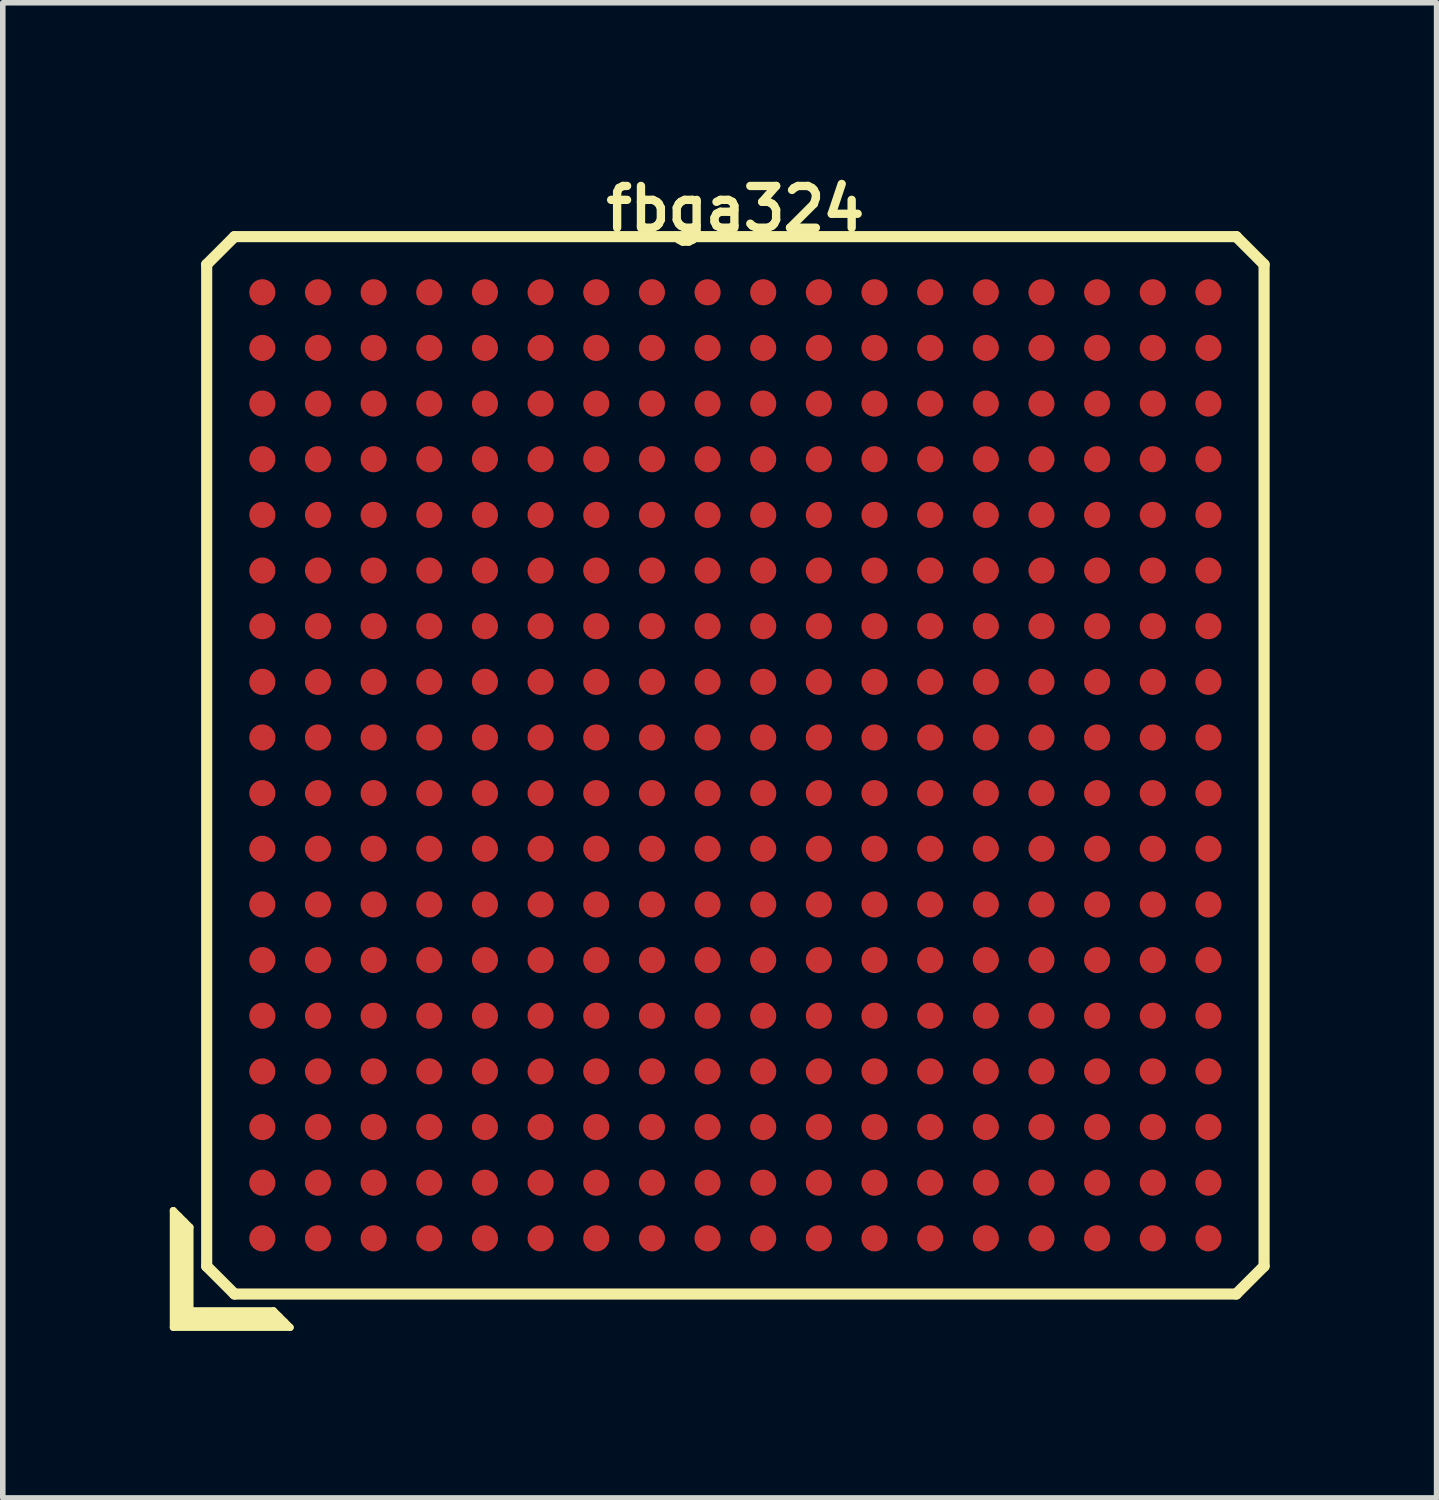
<source format=kicad_pcb>
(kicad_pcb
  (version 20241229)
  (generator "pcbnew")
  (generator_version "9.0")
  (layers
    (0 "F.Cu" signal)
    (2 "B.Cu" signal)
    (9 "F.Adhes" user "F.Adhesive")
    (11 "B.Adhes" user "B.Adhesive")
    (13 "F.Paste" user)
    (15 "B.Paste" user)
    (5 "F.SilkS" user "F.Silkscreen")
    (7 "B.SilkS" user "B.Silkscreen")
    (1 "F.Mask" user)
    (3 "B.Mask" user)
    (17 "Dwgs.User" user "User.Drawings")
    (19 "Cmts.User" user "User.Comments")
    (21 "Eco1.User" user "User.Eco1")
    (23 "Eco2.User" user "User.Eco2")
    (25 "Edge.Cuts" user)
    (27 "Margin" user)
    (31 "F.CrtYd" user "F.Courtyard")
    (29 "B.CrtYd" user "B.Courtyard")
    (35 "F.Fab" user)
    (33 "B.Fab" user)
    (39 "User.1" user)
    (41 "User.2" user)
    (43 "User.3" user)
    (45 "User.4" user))
  (footprint "fbga324"
    (layer "F.Cu")
    (at 10.164 10.702)
    (property "Reference" "fbga324" (at 0 -10 0) (layer "F.SilkS") (effects (font (size 0.75 0.75) (thickness 0.15))))
    (attr smd)
    (fp_line (start -10.1 8) (end -9.8 8.3) (stroke (width 0.127) (type solid)) (layer "F.SilkS"))
    (fp_line (start -10.1 10.1) (end -10.1 8) (stroke (width 0.127) (type solid)) (layer "F.SilkS"))
    (fp_line (start -10 8.1) (end -10 10) (stroke (width 0.127) (type solid)) (layer "F.SilkS"))
    (fp_line (start -10 10) (end -8.1 10) (stroke (width 0.127) (type solid)) (layer "F.SilkS"))
    (fp_line (start -9.9 9.9) (end -9.9 8.2) (stroke (width 0.127) (type solid)) (layer "F.SilkS"))
    (fp_line (start -9.8 8.3) (end -9.8 9.8) (stroke (width 0.127) (type solid)) (layer "F.SilkS"))
    (fp_line (start -9.8 9.8) (end -8.3 9.8) (stroke (width 0.127) (type solid)) (layer "F.SilkS"))
    (fp_line (start -9.5 -9) (end -9.5 9) (stroke (width 0.2) (type solid)) (layer "F.SilkS"))
    (fp_line (start -9.5 -9) (end -9 -9.5) (stroke (width 0.2) (type solid)) (layer "F.SilkS"))
    (fp_line (start -9 9.5) (end -9.5 9) (stroke (width 0.2) (type solid)) (layer "F.SilkS"))
    (fp_line (start -9 9.5) (end 9 9.5) (stroke (width 0.2) (type solid)) (layer "F.SilkS"))
    (fp_line (start -8.3 9.8) (end -8 10.1) (stroke (width 0.127) (type solid)) (layer "F.SilkS"))
    (fp_line (start -8.2 9.9) (end -9.9 9.9) (stroke (width 0.127) (type solid)) (layer "F.SilkS"))
    (fp_line (start -8 10.1) (end -10.1 10.1) (stroke (width 0.127) (type solid)) (layer "F.SilkS"))
    (fp_line (start 9 -9.5) (end -9 -9.5) (stroke (width 0.2) (type solid)) (layer "F.SilkS"))
    (fp_line (start 9 -9.5) (end 9.5 -9) (stroke (width 0.2) (type solid)) (layer "F.SilkS"))
    (fp_line (start 9.5 9) (end 9 9.5) (stroke (width 0.2) (type solid)) (layer "F.SilkS"))
    (fp_line (start 9.5 9) (end 9.5 -9) (stroke (width 0.2) (type solid)) (layer "F.SilkS"))
    (pad "A1" smd circle (at -8.5 8.5) (size 0.47 0.47) (layers "F.Cu" "F.Mask" "F.Paste"))
    (pad "A2" smd circle (at -7.5 8.5) (size 0.47 0.47) (layers "F.Cu" "F.Mask" "F.Paste"))
    (pad "A3" smd circle (at -6.5 8.5) (size 0.47 0.47) (layers "F.Cu" "F.Mask" "F.Paste"))
    (pad "A4" smd circle (at -5.5 8.5) (size 0.47 0.47) (layers "F.Cu" "F.Mask" "F.Paste"))
    (pad "A5" smd circle (at -4.5 8.5) (size 0.47 0.47) (layers "F.Cu" "F.Mask" "F.Paste"))
    (pad "A6" smd circle (at -3.5 8.5) (size 0.47 0.47) (layers "F.Cu" "F.Mask" "F.Paste"))
    (pad "A7" smd circle (at -2.5 8.5) (size 0.47 0.47) (layers "F.Cu" "F.Mask" "F.Paste"))
    (pad "A8" smd circle (at -1.5 8.5) (size 0.47 0.47) (layers "F.Cu" "F.Mask" "F.Paste"))
    (pad "A9" smd circle (at -0.5 8.5) (size 0.47 0.47) (layers "F.Cu" "F.Mask" "F.Paste"))
    (pad "A10" smd circle (at 0.5 8.5) (size 0.47 0.47) (layers "F.Cu" "F.Mask" "F.Paste"))
    (pad "A11" smd circle (at 1.5 8.5) (size 0.47 0.47) (layers "F.Cu" "F.Mask" "F.Paste"))
    (pad "A12" smd circle (at 2.5 8.5) (size 0.47 0.47) (layers "F.Cu" "F.Mask" "F.Paste"))
    (pad "A13" smd circle (at 3.5 8.5) (size 0.47 0.47) (layers "F.Cu" "F.Mask" "F.Paste"))
    (pad "A14" smd circle (at 4.5 8.5) (size 0.47 0.47) (layers "F.Cu" "F.Mask" "F.Paste"))
    (pad "A15" smd circle (at 5.5 8.5) (size 0.47 0.47) (layers "F.Cu" "F.Mask" "F.Paste"))
    (pad "A16" smd circle (at 6.5 8.5) (size 0.47 0.47) (layers "F.Cu" "F.Mask" "F.Paste"))
    (pad "A17" smd circle (at 7.5 8.5) (size 0.47 0.47) (layers "F.Cu" "F.Mask" "F.Paste"))
    (pad "A18" smd circle (at 8.5 8.5) (size 0.47 0.47) (layers "F.Cu" "F.Mask" "F.Paste"))
    (pad "B1" smd circle (at -8.5 7.5) (size 0.47 0.47) (layers "F.Cu" "F.Mask" "F.Paste"))
    (pad "B2" smd circle (at -7.5 7.5) (size 0.47 0.47) (layers "F.Cu" "F.Mask" "F.Paste"))
    (pad "B3" smd circle (at -6.5 7.5) (size 0.47 0.47) (layers "F.Cu" "F.Mask" "F.Paste"))
    (pad "B4" smd circle (at -5.5 7.5) (size 0.47 0.47) (layers "F.Cu" "F.Mask" "F.Paste"))
    (pad "B5" smd circle (at -4.5 7.5) (size 0.47 0.47) (layers "F.Cu" "F.Mask" "F.Paste"))
    (pad "B6" smd circle (at -3.5 7.5) (size 0.47 0.47) (layers "F.Cu" "F.Mask" "F.Paste"))
    (pad "B7" smd circle (at -2.5 7.5) (size 0.47 0.47) (layers "F.Cu" "F.Mask" "F.Paste"))
    (pad "B8" smd circle (at -1.5 7.5) (size 0.47 0.47) (layers "F.Cu" "F.Mask" "F.Paste"))
    (pad "B9" smd circle (at -0.5 7.5) (size 0.47 0.47) (layers "F.Cu" "F.Mask" "F.Paste"))
    (pad "B10" smd circle (at 0.5 7.5) (size 0.47 0.47) (layers "F.Cu" "F.Mask" "F.Paste"))
    (pad "B11" smd circle (at 1.5 7.5) (size 0.47 0.47) (layers "F.Cu" "F.Mask" "F.Paste"))
    (pad "B12" smd circle (at 2.5 7.5) (size 0.47 0.47) (layers "F.Cu" "F.Mask" "F.Paste"))
    (pad "B13" smd circle (at 3.5 7.5) (size 0.47 0.47) (layers "F.Cu" "F.Mask" "F.Paste"))
    (pad "B14" smd circle (at 4.5 7.5) (size 0.47 0.47) (layers "F.Cu" "F.Mask" "F.Paste"))
    (pad "B15" smd circle (at 5.5 7.5) (size 0.47 0.47) (layers "F.Cu" "F.Mask" "F.Paste"))
    (pad "B16" smd circle (at 6.5 7.5) (size 0.47 0.47) (layers "F.Cu" "F.Mask" "F.Paste"))
    (pad "B17" smd circle (at 7.5 7.5) (size 0.47 0.47) (layers "F.Cu" "F.Mask" "F.Paste"))
    (pad "B18" smd circle (at 8.5 7.5) (size 0.47 0.47) (layers "F.Cu" "F.Mask" "F.Paste"))
    (pad "C1" smd circle (at -8.5 6.5) (size 0.47 0.47) (layers "F.Cu" "F.Mask" "F.Paste"))
    (pad "C2" smd circle (at -7.5 6.5) (size 0.47 0.47) (layers "F.Cu" "F.Mask" "F.Paste"))
    (pad "C3" smd circle (at -6.5 6.5) (size 0.47 0.47) (layers "F.Cu" "F.Mask" "F.Paste"))
    (pad "C4" smd circle (at -5.5 6.5) (size 0.47 0.47) (layers "F.Cu" "F.Mask" "F.Paste"))
    (pad "C5" smd circle (at -4.5 6.5) (size 0.47 0.47) (layers "F.Cu" "F.Mask" "F.Paste"))
    (pad "C6" smd circle (at -3.5 6.5) (size 0.47 0.47) (layers "F.Cu" "F.Mask" "F.Paste"))
    (pad "C7" smd circle (at -2.5 6.5) (size 0.47 0.47) (layers "F.Cu" "F.Mask" "F.Paste"))
    (pad "C8" smd circle (at -1.5 6.5) (size 0.47 0.47) (layers "F.Cu" "F.Mask" "F.Paste"))
    (pad "C9" smd circle (at -0.5 6.5) (size 0.47 0.47) (layers "F.Cu" "F.Mask" "F.Paste"))
    (pad "C10" smd circle (at 0.5 6.5) (size 0.47 0.47) (layers "F.Cu" "F.Mask" "F.Paste"))
    (pad "C11" smd circle (at 1.5 6.5) (size 0.47 0.47) (layers "F.Cu" "F.Mask" "F.Paste"))
    (pad "C12" smd circle (at 2.5 6.5) (size 0.47 0.47) (layers "F.Cu" "F.Mask" "F.Paste"))
    (pad "C13" smd circle (at 3.5 6.5) (size 0.47 0.47) (layers "F.Cu" "F.Mask" "F.Paste"))
    (pad "C14" smd circle (at 4.5 6.5) (size 0.47 0.47) (layers "F.Cu" "F.Mask" "F.Paste"))
    (pad "C15" smd circle (at 5.5 6.5) (size 0.47 0.47) (layers "F.Cu" "F.Mask" "F.Paste"))
    (pad "C16" smd circle (at 6.5 6.5) (size 0.47 0.47) (layers "F.Cu" "F.Mask" "F.Paste"))
    (pad "C17" smd circle (at 7.5 6.5) (size 0.47 0.47) (layers "F.Cu" "F.Mask" "F.Paste"))
    (pad "C18" smd circle (at 8.5 6.5) (size 0.47 0.47) (layers "F.Cu" "F.Mask" "F.Paste"))
    (pad "D1" smd circle (at -8.5 5.5) (size 0.47 0.47) (layers "F.Cu" "F.Mask" "F.Paste"))
    (pad "D2" smd circle (at -7.5 5.5) (size 0.47 0.47) (layers "F.Cu" "F.Mask" "F.Paste"))
    (pad "D3" smd circle (at -6.5 5.5) (size 0.47 0.47) (layers "F.Cu" "F.Mask" "F.Paste"))
    (pad "D4" smd circle (at -5.5 5.5) (size 0.47 0.47) (layers "F.Cu" "F.Mask" "F.Paste"))
    (pad "D5" smd circle (at -4.5 5.5) (size 0.47 0.47) (layers "F.Cu" "F.Mask" "F.Paste"))
    (pad "D6" smd circle (at -3.5 5.5) (size 0.47 0.47) (layers "F.Cu" "F.Mask" "F.Paste"))
    (pad "D7" smd circle (at -2.5 5.5) (size 0.47 0.47) (layers "F.Cu" "F.Mask" "F.Paste"))
    (pad "D8" smd circle (at -1.5 5.5) (size 0.47 0.47) (layers "F.Cu" "F.Mask" "F.Paste"))
    (pad "D9" smd circle (at -0.5 5.5) (size 0.47 0.47) (layers "F.Cu" "F.Mask" "F.Paste"))
    (pad "D10" smd circle (at 0.5 5.5) (size 0.47 0.47) (layers "F.Cu" "F.Mask" "F.Paste"))
    (pad "D11" smd circle (at 1.5 5.5) (size 0.47 0.47) (layers "F.Cu" "F.Mask" "F.Paste"))
    (pad "D12" smd circle (at 2.5 5.5) (size 0.47 0.47) (layers "F.Cu" "F.Mask" "F.Paste"))
    (pad "D13" smd circle (at 3.5 5.5) (size 0.47 0.47) (layers "F.Cu" "F.Mask" "F.Paste"))
    (pad "D14" smd circle (at 4.5 5.5) (size 0.47 0.47) (layers "F.Cu" "F.Mask" "F.Paste"))
    (pad "D15" smd circle (at 5.5 5.5) (size 0.47 0.47) (layers "F.Cu" "F.Mask" "F.Paste"))
    (pad "D16" smd circle (at 6.5 5.5) (size 0.47 0.47) (layers "F.Cu" "F.Mask" "F.Paste"))
    (pad "D17" smd circle (at 7.5 5.5) (size 0.47 0.47) (layers "F.Cu" "F.Mask" "F.Paste"))
    (pad "D18" smd circle (at 8.5 5.5) (size 0.47 0.47) (layers "F.Cu" "F.Mask" "F.Paste"))
    (pad "E1" smd circle (at -8.5 4.5) (size 0.47 0.47) (layers "F.Cu" "F.Mask" "F.Paste"))
    (pad "E2" smd circle (at -7.5 4.5) (size 0.47 0.47) (layers "F.Cu" "F.Mask" "F.Paste"))
    (pad "E3" smd circle (at -6.5 4.5) (size 0.47 0.47) (layers "F.Cu" "F.Mask" "F.Paste"))
    (pad "E4" smd circle (at -5.5 4.5) (size 0.47 0.47) (layers "F.Cu" "F.Mask" "F.Paste"))
    (pad "E5" smd circle (at -4.5 4.5) (size 0.47 0.47) (layers "F.Cu" "F.Mask" "F.Paste"))
    (pad "E6" smd circle (at -3.5 4.5) (size 0.47 0.47) (layers "F.Cu" "F.Mask" "F.Paste"))
    (pad "E7" smd circle (at -2.5 4.5) (size 0.47 0.47) (layers "F.Cu" "F.Mask" "F.Paste"))
    (pad "E8" smd circle (at -1.5 4.5) (size 0.47 0.47) (layers "F.Cu" "F.Mask" "F.Paste"))
    (pad "E9" smd circle (at -0.5 4.5) (size 0.47 0.47) (layers "F.Cu" "F.Mask" "F.Paste"))
    (pad "E10" smd circle (at 0.5 4.5) (size 0.47 0.47) (layers "F.Cu" "F.Mask" "F.Paste"))
    (pad "E11" smd circle (at 1.5 4.5) (size 0.47 0.47) (layers "F.Cu" "F.Mask" "F.Paste"))
    (pad "E12" smd circle (at 2.5 4.5) (size 0.47 0.47) (layers "F.Cu" "F.Mask" "F.Paste"))
    (pad "E13" smd circle (at 3.5 4.5) (size 0.47 0.47) (layers "F.Cu" "F.Mask" "F.Paste"))
    (pad "E14" smd circle (at 4.5 4.5) (size 0.47 0.47) (layers "F.Cu" "F.Mask" "F.Paste"))
    (pad "E15" smd circle (at 5.5 4.5) (size 0.47 0.47) (layers "F.Cu" "F.Mask" "F.Paste"))
    (pad "E16" smd circle (at 6.5 4.5) (size 0.47 0.47) (layers "F.Cu" "F.Mask" "F.Paste"))
    (pad "E17" smd circle (at 7.5 4.5) (size 0.47 0.47) (layers "F.Cu" "F.Mask" "F.Paste"))
    (pad "E18" smd circle (at 8.5 4.5) (size 0.47 0.47) (layers "F.Cu" "F.Mask" "F.Paste"))
    (pad "F1" smd circle (at -8.5 3.5) (size 0.47 0.47) (layers "F.Cu" "F.Mask" "F.Paste"))
    (pad "F2" smd circle (at -7.5 3.5) (size 0.47 0.47) (layers "F.Cu" "F.Mask" "F.Paste"))
    (pad "F3" smd circle (at -6.5 3.5) (size 0.47 0.47) (layers "F.Cu" "F.Mask" "F.Paste"))
    (pad "F4" smd circle (at -5.5 3.5) (size 0.47 0.47) (layers "F.Cu" "F.Mask" "F.Paste"))
    (pad "F5" smd circle (at -4.5 3.5) (size 0.47 0.47) (layers "F.Cu" "F.Mask" "F.Paste"))
    (pad "F6" smd circle (at -3.5 3.5) (size 0.47 0.47) (layers "F.Cu" "F.Mask" "F.Paste"))
    (pad "F7" smd circle (at -2.5 3.5) (size 0.47 0.47) (layers "F.Cu" "F.Mask" "F.Paste"))
    (pad "F8" smd circle (at -1.5 3.5) (size 0.47 0.47) (layers "F.Cu" "F.Mask" "F.Paste"))
    (pad "F9" smd circle (at -0.5 3.5) (size 0.47 0.47) (layers "F.Cu" "F.Mask" "F.Paste"))
    (pad "F10" smd circle (at 0.5 3.5) (size 0.47 0.47) (layers "F.Cu" "F.Mask" "F.Paste"))
    (pad "F11" smd circle (at 1.5 3.5) (size 0.47 0.47) (layers "F.Cu" "F.Mask" "F.Paste"))
    (pad "F12" smd circle (at 2.5 3.5) (size 0.47 0.47) (layers "F.Cu" "F.Mask" "F.Paste"))
    (pad "F13" smd circle (at 3.5 3.5) (size 0.47 0.47) (layers "F.Cu" "F.Mask" "F.Paste"))
    (pad "F14" smd circle (at 4.5 3.5) (size 0.47 0.47) (layers "F.Cu" "F.Mask" "F.Paste"))
    (pad "F15" smd circle (at 5.5 3.5) (size 0.47 0.47) (layers "F.Cu" "F.Mask" "F.Paste"))
    (pad "F16" smd circle (at 6.5 3.5) (size 0.47 0.47) (layers "F.Cu" "F.Mask" "F.Paste"))
    (pad "F17" smd circle (at 7.5 3.5) (size 0.47 0.47) (layers "F.Cu" "F.Mask" "F.Paste"))
    (pad "F18" smd circle (at 8.5 3.5) (size 0.47 0.47) (layers "F.Cu" "F.Mask" "F.Paste"))
    (pad "G1" smd circle (at -8.5 2.5) (size 0.47 0.47) (layers "F.Cu" "F.Mask" "F.Paste"))
    (pad "G2" smd circle (at -7.5 2.5) (size 0.47 0.47) (layers "F.Cu" "F.Mask" "F.Paste"))
    (pad "G3" smd circle (at -6.5 2.5) (size 0.47 0.47) (layers "F.Cu" "F.Mask" "F.Paste"))
    (pad "G4" smd circle (at -5.5 2.5) (size 0.47 0.47) (layers "F.Cu" "F.Mask" "F.Paste"))
    (pad "G5" smd circle (at -4.5 2.5) (size 0.47 0.47) (layers "F.Cu" "F.Mask" "F.Paste"))
    (pad "G6" smd circle (at -3.5 2.5) (size 0.47 0.47) (layers "F.Cu" "F.Mask" "F.Paste"))
    (pad "G7" smd circle (at -2.5 2.5) (size 0.47 0.47) (layers "F.Cu" "F.Mask" "F.Paste"))
    (pad "G8" smd circle (at -1.5 2.5) (size 0.47 0.47) (layers "F.Cu" "F.Mask" "F.Paste"))
    (pad "G9" smd circle (at -0.5 2.5) (size 0.47 0.47) (layers "F.Cu" "F.Mask" "F.Paste"))
    (pad "G10" smd circle (at 0.5 2.5) (size 0.47 0.47) (layers "F.Cu" "F.Mask" "F.Paste"))
    (pad "G11" smd circle (at 1.5 2.5) (size 0.47 0.47) (layers "F.Cu" "F.Mask" "F.Paste"))
    (pad "G12" smd circle (at 2.5 2.5) (size 0.47 0.47) (layers "F.Cu" "F.Mask" "F.Paste"))
    (pad "G13" smd circle (at 3.5 2.5) (size 0.47 0.47) (layers "F.Cu" "F.Mask" "F.Paste"))
    (pad "G14" smd circle (at 4.5 2.5) (size 0.47 0.47) (layers "F.Cu" "F.Mask" "F.Paste"))
    (pad "G15" smd circle (at 5.5 2.5) (size 0.47 0.47) (layers "F.Cu" "F.Mask" "F.Paste"))
    (pad "G16" smd circle (at 6.5 2.5) (size 0.47 0.47) (layers "F.Cu" "F.Mask" "F.Paste"))
    (pad "G17" smd circle (at 7.5 2.5) (size 0.47 0.47) (layers "F.Cu" "F.Mask" "F.Paste"))
    (pad "G18" smd circle (at 8.5 2.5) (size 0.47 0.47) (layers "F.Cu" "F.Mask" "F.Paste"))
    (pad "H1" smd circle (at -8.5 1.5) (size 0.47 0.47) (layers "F.Cu" "F.Mask" "F.Paste"))
    (pad "H2" smd circle (at -7.5 1.5) (size 0.47 0.47) (layers "F.Cu" "F.Mask" "F.Paste"))
    (pad "H3" smd circle (at -6.5 1.5) (size 0.47 0.47) (layers "F.Cu" "F.Mask" "F.Paste"))
    (pad "H4" smd circle (at -5.5 1.5) (size 0.47 0.47) (layers "F.Cu" "F.Mask" "F.Paste"))
    (pad "H5" smd circle (at -4.5 1.5) (size 0.47 0.47) (layers "F.Cu" "F.Mask" "F.Paste"))
    (pad "H6" smd circle (at -3.5 1.5) (size 0.47 0.47) (layers "F.Cu" "F.Mask" "F.Paste"))
    (pad "H7" smd circle (at -2.5 1.5) (size 0.47 0.47) (layers "F.Cu" "F.Mask" "F.Paste"))
    (pad "H8" smd circle (at -1.5 1.5) (size 0.47 0.47) (layers "F.Cu" "F.Mask" "F.Paste"))
    (pad "H9" smd circle (at -0.5 1.5) (size 0.47 0.47) (layers "F.Cu" "F.Mask" "F.Paste"))
    (pad "H10" smd circle (at 0.5 1.5) (size 0.47 0.47) (layers "F.Cu" "F.Mask" "F.Paste"))
    (pad "H11" smd circle (at 1.5 1.5) (size 0.47 0.47) (layers "F.Cu" "F.Mask" "F.Paste"))
    (pad "H12" smd circle (at 2.5 1.5) (size 0.47 0.47) (layers "F.Cu" "F.Mask" "F.Paste"))
    (pad "H13" smd circle (at 3.5 1.5) (size 0.47 0.47) (layers "F.Cu" "F.Mask" "F.Paste"))
    (pad "H14" smd circle (at 4.5 1.5) (size 0.47 0.47) (layers "F.Cu" "F.Mask" "F.Paste"))
    (pad "H15" smd circle (at 5.5 1.5) (size 0.47 0.47) (layers "F.Cu" "F.Mask" "F.Paste"))
    (pad "H16" smd circle (at 6.5 1.5) (size 0.47 0.47) (layers "F.Cu" "F.Mask" "F.Paste"))
    (pad "H17" smd circle (at 7.5 1.5) (size 0.47 0.47) (layers "F.Cu" "F.Mask" "F.Paste"))
    (pad "H18" smd circle (at 8.5 1.5) (size 0.47 0.47) (layers "F.Cu" "F.Mask" "F.Paste"))
    (pad "J1" smd circle (at -8.5 0.5) (size 0.47 0.47) (layers "F.Cu" "F.Mask" "F.Paste"))
    (pad "J2" smd circle (at -7.5 0.5) (size 0.47 0.47) (layers "F.Cu" "F.Mask" "F.Paste"))
    (pad "J3" smd circle (at -6.5 0.5) (size 0.47 0.47) (layers "F.Cu" "F.Mask" "F.Paste"))
    (pad "J4" smd circle (at -5.5 0.5) (size 0.47 0.47) (layers "F.Cu" "F.Mask" "F.Paste"))
    (pad "J5" smd circle (at -4.5 0.5) (size 0.47 0.47) (layers "F.Cu" "F.Mask" "F.Paste"))
    (pad "J6" smd circle (at -3.5 0.5) (size 0.47 0.47) (layers "F.Cu" "F.Mask" "F.Paste"))
    (pad "J7" smd circle (at -2.5 0.5) (size 0.47 0.47) (layers "F.Cu" "F.Mask" "F.Paste"))
    (pad "J8" smd circle (at -1.5 0.5) (size 0.47 0.47) (layers "F.Cu" "F.Mask" "F.Paste"))
    (pad "J9" smd circle (at -0.5 0.5) (size 0.47 0.47) (layers "F.Cu" "F.Mask" "F.Paste"))
    (pad "J10" smd circle (at 0.5 0.5) (size 0.47 0.47) (layers "F.Cu" "F.Mask" "F.Paste"))
    (pad "J11" smd circle (at 1.5 0.5) (size 0.47 0.47) (layers "F.Cu" "F.Mask" "F.Paste"))
    (pad "J12" smd circle (at 2.5 0.5) (size 0.47 0.47) (layers "F.Cu" "F.Mask" "F.Paste"))
    (pad "J13" smd circle (at 3.5 0.5) (size 0.47 0.47) (layers "F.Cu" "F.Mask" "F.Paste"))
    (pad "J14" smd circle (at 4.5 0.5) (size 0.47 0.47) (layers "F.Cu" "F.Mask" "F.Paste"))
    (pad "J15" smd circle (at 5.5 0.5) (size 0.47 0.47) (layers "F.Cu" "F.Mask" "F.Paste"))
    (pad "J16" smd circle (at 6.5 0.5) (size 0.47 0.47) (layers "F.Cu" "F.Mask" "F.Paste"))
    (pad "J17" smd circle (at 7.5 0.5) (size 0.47 0.47) (layers "F.Cu" "F.Mask" "F.Paste"))
    (pad "J18" smd circle (at 8.5 0.5) (size 0.47 0.47) (layers "F.Cu" "F.Mask" "F.Paste"))
    (pad "K1" smd circle (at -8.5 -0.5) (size 0.47 0.47) (layers "F.Cu" "F.Mask" "F.Paste"))
    (pad "K2" smd circle (at -7.5 -0.5) (size 0.47 0.47) (layers "F.Cu" "F.Mask" "F.Paste"))
    (pad "K3" smd circle (at -6.5 -0.5) (size 0.47 0.47) (layers "F.Cu" "F.Mask" "F.Paste"))
    (pad "K4" smd circle (at -5.5 -0.5) (size 0.47 0.47) (layers "F.Cu" "F.Mask" "F.Paste"))
    (pad "K5" smd circle (at -4.5 -0.5) (size 0.47 0.47) (layers "F.Cu" "F.Mask" "F.Paste"))
    (pad "K6" smd circle (at -3.5 -0.5) (size 0.47 0.47) (layers "F.Cu" "F.Mask" "F.Paste"))
    (pad "K7" smd circle (at -2.5 -0.5) (size 0.47 0.47) (layers "F.Cu" "F.Mask" "F.Paste"))
    (pad "K8" smd circle (at -1.5 -0.5) (size 0.47 0.47) (layers "F.Cu" "F.Mask" "F.Paste"))
    (pad "K9" smd circle (at -0.5 -0.5) (size 0.47 0.47) (layers "F.Cu" "F.Mask" "F.Paste"))
    (pad "K10" smd circle (at 0.5 -0.5) (size 0.47 0.47) (layers "F.Cu" "F.Mask" "F.Paste"))
    (pad "K11" smd circle (at 1.5 -0.5) (size 0.47 0.47) (layers "F.Cu" "F.Mask" "F.Paste"))
    (pad "K12" smd circle (at 2.5 -0.5) (size 0.47 0.47) (layers "F.Cu" "F.Mask" "F.Paste"))
    (pad "K13" smd circle (at 3.5 -0.5) (size 0.47 0.47) (layers "F.Cu" "F.Mask" "F.Paste"))
    (pad "K14" smd circle (at 4.5 -0.5) (size 0.47 0.47) (layers "F.Cu" "F.Mask" "F.Paste"))
    (pad "K15" smd circle (at 5.5 -0.5) (size 0.47 0.47) (layers "F.Cu" "F.Mask" "F.Paste"))
    (pad "K16" smd circle (at 6.5 -0.5) (size 0.47 0.47) (layers "F.Cu" "F.Mask" "F.Paste"))
    (pad "K17" smd circle (at 7.5 -0.5) (size 0.47 0.47) (layers "F.Cu" "F.Mask" "F.Paste"))
    (pad "K18" smd circle (at 8.5 -0.5) (size 0.47 0.47) (layers "F.Cu" "F.Mask" "F.Paste"))
    (pad "L1" smd circle (at -8.5 -1.5) (size 0.47 0.47) (layers "F.Cu" "F.Mask" "F.Paste"))
    (pad "L2" smd circle (at -7.5 -1.5) (size 0.47 0.47) (layers "F.Cu" "F.Mask" "F.Paste"))
    (pad "L3" smd circle (at -6.5 -1.5) (size 0.47 0.47) (layers "F.Cu" "F.Mask" "F.Paste"))
    (pad "L4" smd circle (at -5.5 -1.5) (size 0.47 0.47) (layers "F.Cu" "F.Mask" "F.Paste"))
    (pad "L5" smd circle (at -4.5 -1.5) (size 0.47 0.47) (layers "F.Cu" "F.Mask" "F.Paste"))
    (pad "L6" smd circle (at -3.5 -1.5) (size 0.47 0.47) (layers "F.Cu" "F.Mask" "F.Paste"))
    (pad "L7" smd circle (at -2.5 -1.5) (size 0.47 0.47) (layers "F.Cu" "F.Mask" "F.Paste"))
    (pad "L8" smd circle (at -1.5 -1.5) (size 0.47 0.47) (layers "F.Cu" "F.Mask" "F.Paste"))
    (pad "L9" smd circle (at -0.5 -1.5) (size 0.47 0.47) (layers "F.Cu" "F.Mask" "F.Paste"))
    (pad "L10" smd circle (at 0.5 -1.5) (size 0.47 0.47) (layers "F.Cu" "F.Mask" "F.Paste"))
    (pad "L11" smd circle (at 1.5 -1.5) (size 0.47 0.47) (layers "F.Cu" "F.Mask" "F.Paste"))
    (pad "L12" smd circle (at 2.5 -1.5) (size 0.47 0.47) (layers "F.Cu" "F.Mask" "F.Paste"))
    (pad "L13" smd circle (at 3.5 -1.5) (size 0.47 0.47) (layers "F.Cu" "F.Mask" "F.Paste"))
    (pad "L14" smd circle (at 4.5 -1.5) (size 0.47 0.47) (layers "F.Cu" "F.Mask" "F.Paste"))
    (pad "L15" smd circle (at 5.5 -1.5) (size 0.47 0.47) (layers "F.Cu" "F.Mask" "F.Paste"))
    (pad "L16" smd circle (at 6.5 -1.5) (size 0.47 0.47) (layers "F.Cu" "F.Mask" "F.Paste"))
    (pad "L17" smd circle (at 7.5 -1.5) (size 0.47 0.47) (layers "F.Cu" "F.Mask" "F.Paste"))
    (pad "L18" smd circle (at 8.5 -1.5) (size 0.47 0.47) (layers "F.Cu" "F.Mask" "F.Paste"))
    (pad "M1" smd circle (at -8.5 -2.5) (size 0.47 0.47) (layers "F.Cu" "F.Mask" "F.Paste"))
    (pad "M2" smd circle (at -7.5 -2.5) (size 0.47 0.47) (layers "F.Cu" "F.Mask" "F.Paste"))
    (pad "M3" smd circle (at -6.5 -2.5) (size 0.47 0.47) (layers "F.Cu" "F.Mask" "F.Paste"))
    (pad "M4" smd circle (at -5.5 -2.5) (size 0.47 0.47) (layers "F.Cu" "F.Mask" "F.Paste"))
    (pad "M5" smd circle (at -4.5 -2.5) (size 0.47 0.47) (layers "F.Cu" "F.Mask" "F.Paste"))
    (pad "M6" smd circle (at -3.5 -2.5) (size 0.47 0.47) (layers "F.Cu" "F.Mask" "F.Paste"))
    (pad "M7" smd circle (at -2.5 -2.5) (size 0.47 0.47) (layers "F.Cu" "F.Mask" "F.Paste"))
    (pad "M8" smd circle (at -1.5 -2.5) (size 0.47 0.47) (layers "F.Cu" "F.Mask" "F.Paste"))
    (pad "M9" smd circle (at -0.5 -2.5) (size 0.47 0.47) (layers "F.Cu" "F.Mask" "F.Paste"))
    (pad "M10" smd circle (at 0.5 -2.5) (size 0.47 0.47) (layers "F.Cu" "F.Mask" "F.Paste"))
    (pad "M11" smd circle (at 1.5 -2.5) (size 0.47 0.47) (layers "F.Cu" "F.Mask" "F.Paste"))
    (pad "M12" smd circle (at 2.5 -2.5) (size 0.47 0.47) (layers "F.Cu" "F.Mask" "F.Paste"))
    (pad "M13" smd circle (at 3.5 -2.5) (size 0.47 0.47) (layers "F.Cu" "F.Mask" "F.Paste"))
    (pad "M14" smd circle (at 4.5 -2.5) (size 0.47 0.47) (layers "F.Cu" "F.Mask" "F.Paste"))
    (pad "M15" smd circle (at 5.5 -2.5) (size 0.47 0.47) (layers "F.Cu" "F.Mask" "F.Paste"))
    (pad "M16" smd circle (at 6.5 -2.5) (size 0.47 0.47) (layers "F.Cu" "F.Mask" "F.Paste"))
    (pad "M17" smd circle (at 7.5 -2.5) (size 0.47 0.47) (layers "F.Cu" "F.Mask" "F.Paste"))
    (pad "M18" smd circle (at 8.5 -2.5) (size 0.47 0.47) (layers "F.Cu" "F.Mask" "F.Paste"))
    (pad "N1" smd circle (at -8.5 -3.5) (size 0.47 0.47) (layers "F.Cu" "F.Mask" "F.Paste"))
    (pad "N2" smd circle (at -7.5 -3.5) (size 0.47 0.47) (layers "F.Cu" "F.Mask" "F.Paste"))
    (pad "N3" smd circle (at -6.5 -3.5) (size 0.47 0.47) (layers "F.Cu" "F.Mask" "F.Paste"))
    (pad "N4" smd circle (at -5.5 -3.5) (size 0.47 0.47) (layers "F.Cu" "F.Mask" "F.Paste"))
    (pad "N5" smd circle (at -4.5 -3.5) (size 0.47 0.47) (layers "F.Cu" "F.Mask" "F.Paste"))
    (pad "N6" smd circle (at -3.5 -3.5) (size 0.47 0.47) (layers "F.Cu" "F.Mask" "F.Paste"))
    (pad "N7" smd circle (at -2.5 -3.5) (size 0.47 0.47) (layers "F.Cu" "F.Mask" "F.Paste"))
    (pad "N8" smd circle (at -1.5 -3.5) (size 0.47 0.47) (layers "F.Cu" "F.Mask" "F.Paste"))
    (pad "N9" smd circle (at -0.5 -3.5) (size 0.47 0.47) (layers "F.Cu" "F.Mask" "F.Paste"))
    (pad "N10" smd circle (at 0.5 -3.5) (size 0.47 0.47) (layers "F.Cu" "F.Mask" "F.Paste"))
    (pad "N11" smd circle (at 1.5 -3.5) (size 0.47 0.47) (layers "F.Cu" "F.Mask" "F.Paste"))
    (pad "N12" smd circle (at 2.5 -3.5) (size 0.47 0.47) (layers "F.Cu" "F.Mask" "F.Paste"))
    (pad "N13" smd circle (at 3.5 -3.5) (size 0.47 0.47) (layers "F.Cu" "F.Mask" "F.Paste"))
    (pad "N14" smd circle (at 4.5 -3.5) (size 0.47 0.47) (layers "F.Cu" "F.Mask" "F.Paste"))
    (pad "N15" smd circle (at 5.5 -3.5) (size 0.47 0.47) (layers "F.Cu" "F.Mask" "F.Paste"))
    (pad "N16" smd circle (at 6.5 -3.5) (size 0.47 0.47) (layers "F.Cu" "F.Mask" "F.Paste"))
    (pad "N17" smd circle (at 7.5 -3.5) (size 0.47 0.47) (layers "F.Cu" "F.Mask" "F.Paste"))
    (pad "N18" smd circle (at 8.5 -3.5) (size 0.47 0.47) (layers "F.Cu" "F.Mask" "F.Paste"))
    (pad "P1" smd circle (at -8.5 -4.5) (size 0.47 0.47) (layers "F.Cu" "F.Mask" "F.Paste"))
    (pad "P2" smd circle (at -7.5 -4.5) (size 0.47 0.47) (layers "F.Cu" "F.Mask" "F.Paste"))
    (pad "P3" smd circle (at -6.5 -4.5) (size 0.47 0.47) (layers "F.Cu" "F.Mask" "F.Paste"))
    (pad "P4" smd circle (at -5.5 -4.5) (size 0.47 0.47) (layers "F.Cu" "F.Mask" "F.Paste"))
    (pad "P5" smd circle (at -4.5 -4.5) (size 0.47 0.47) (layers "F.Cu" "F.Mask" "F.Paste"))
    (pad "P6" smd circle (at -3.5 -4.5) (size 0.47 0.47) (layers "F.Cu" "F.Mask" "F.Paste"))
    (pad "P7" smd circle (at -2.5 -4.5) (size 0.47 0.47) (layers "F.Cu" "F.Mask" "F.Paste"))
    (pad "P8" smd circle (at -1.5 -4.5) (size 0.47 0.47) (layers "F.Cu" "F.Mask" "F.Paste"))
    (pad "P9" smd circle (at -0.5 -4.5) (size 0.47 0.47) (layers "F.Cu" "F.Mask" "F.Paste"))
    (pad "P10" smd circle (at 0.5 -4.5) (size 0.47 0.47) (layers "F.Cu" "F.Mask" "F.Paste"))
    (pad "P11" smd circle (at 1.5 -4.5) (size 0.47 0.47) (layers "F.Cu" "F.Mask" "F.Paste"))
    (pad "P12" smd circle (at 2.5 -4.5) (size 0.47 0.47) (layers "F.Cu" "F.Mask" "F.Paste"))
    (pad "P13" smd circle (at 3.5 -4.5) (size 0.47 0.47) (layers "F.Cu" "F.Mask" "F.Paste"))
    (pad "P14" smd circle (at 4.5 -4.5) (size 0.47 0.47) (layers "F.Cu" "F.Mask" "F.Paste"))
    (pad "P15" smd circle (at 5.5 -4.5) (size 0.47 0.47) (layers "F.Cu" "F.Mask" "F.Paste"))
    (pad "P16" smd circle (at 6.5 -4.5) (size 0.47 0.47) (layers "F.Cu" "F.Mask" "F.Paste"))
    (pad "P17" smd circle (at 7.5 -4.5) (size 0.47 0.47) (layers "F.Cu" "F.Mask" "F.Paste"))
    (pad "P18" smd circle (at 8.5 -4.5) (size 0.47 0.47) (layers "F.Cu" "F.Mask" "F.Paste"))
    (pad "R1" smd circle (at -8.5 -5.5) (size 0.47 0.47) (layers "F.Cu" "F.Mask" "F.Paste"))
    (pad "R2" smd circle (at -7.5 -5.5) (size 0.47 0.47) (layers "F.Cu" "F.Mask" "F.Paste"))
    (pad "R3" smd circle (at -6.5 -5.5) (size 0.47 0.47) (layers "F.Cu" "F.Mask" "F.Paste"))
    (pad "R4" smd circle (at -5.5 -5.5) (size 0.47 0.47) (layers "F.Cu" "F.Mask" "F.Paste"))
    (pad "R5" smd circle (at -4.5 -5.5) (size 0.47 0.47) (layers "F.Cu" "F.Mask" "F.Paste"))
    (pad "R6" smd circle (at -3.5 -5.5) (size 0.47 0.47) (layers "F.Cu" "F.Mask" "F.Paste"))
    (pad "R7" smd circle (at -2.5 -5.5) (size 0.47 0.47) (layers "F.Cu" "F.Mask" "F.Paste"))
    (pad "R8" smd circle (at -1.5 -5.5) (size 0.47 0.47) (layers "F.Cu" "F.Mask" "F.Paste"))
    (pad "R9" smd circle (at -0.5 -5.5) (size 0.47 0.47) (layers "F.Cu" "F.Mask" "F.Paste"))
    (pad "R10" smd circle (at 0.5 -5.5) (size 0.47 0.47) (layers "F.Cu" "F.Mask" "F.Paste"))
    (pad "R11" smd circle (at 1.5 -5.5) (size 0.47 0.47) (layers "F.Cu" "F.Mask" "F.Paste"))
    (pad "R12" smd circle (at 2.5 -5.5) (size 0.47 0.47) (layers "F.Cu" "F.Mask" "F.Paste"))
    (pad "R13" smd circle (at 3.5 -5.5) (size 0.47 0.47) (layers "F.Cu" "F.Mask" "F.Paste"))
    (pad "R14" smd circle (at 4.5 -5.5) (size 0.47 0.47) (layers "F.Cu" "F.Mask" "F.Paste"))
    (pad "R15" smd circle (at 5.5 -5.5) (size 0.47 0.47) (layers "F.Cu" "F.Mask" "F.Paste"))
    (pad "R16" smd circle (at 6.5 -5.5) (size 0.47 0.47) (layers "F.Cu" "F.Mask" "F.Paste"))
    (pad "R17" smd circle (at 7.5 -5.5) (size 0.47 0.47) (layers "F.Cu" "F.Mask" "F.Paste"))
    (pad "R18" smd circle (at 8.5 -5.5) (size 0.47 0.47) (layers "F.Cu" "F.Mask" "F.Paste"))
    (pad "T1" smd circle (at -8.5 -6.5) (size 0.47 0.47) (layers "F.Cu" "F.Mask" "F.Paste"))
    (pad "T2" smd circle (at -7.5 -6.5) (size 0.47 0.47) (layers "F.Cu" "F.Mask" "F.Paste"))
    (pad "T3" smd circle (at -6.5 -6.5) (size 0.47 0.47) (layers "F.Cu" "F.Mask" "F.Paste"))
    (pad "T4" smd circle (at -5.5 -6.5) (size 0.47 0.47) (layers "F.Cu" "F.Mask" "F.Paste"))
    (pad "T5" smd circle (at -4.5 -6.5) (size 0.47 0.47) (layers "F.Cu" "F.Mask" "F.Paste"))
    (pad "T6" smd circle (at -3.5 -6.5) (size 0.47 0.47) (layers "F.Cu" "F.Mask" "F.Paste"))
    (pad "T7" smd circle (at -2.5 -6.5) (size 0.47 0.47) (layers "F.Cu" "F.Mask" "F.Paste"))
    (pad "T8" smd circle (at -1.5 -6.5) (size 0.47 0.47) (layers "F.Cu" "F.Mask" "F.Paste"))
    (pad "T9" smd circle (at -0.5 -6.5) (size 0.47 0.47) (layers "F.Cu" "F.Mask" "F.Paste"))
    (pad "T10" smd circle (at 0.5 -6.5) (size 0.47 0.47) (layers "F.Cu" "F.Mask" "F.Paste"))
    (pad "T11" smd circle (at 1.5 -6.5) (size 0.47 0.47) (layers "F.Cu" "F.Mask" "F.Paste"))
    (pad "T12" smd circle (at 2.5 -6.5) (size 0.47 0.47) (layers "F.Cu" "F.Mask" "F.Paste"))
    (pad "T13" smd circle (at 3.5 -6.5) (size 0.47 0.47) (layers "F.Cu" "F.Mask" "F.Paste"))
    (pad "T14" smd circle (at 4.5 -6.5) (size 0.47 0.47) (layers "F.Cu" "F.Mask" "F.Paste"))
    (pad "T15" smd circle (at 5.5 -6.5) (size 0.47 0.47) (layers "F.Cu" "F.Mask" "F.Paste"))
    (pad "T16" smd circle (at 6.5 -6.5) (size 0.47 0.47) (layers "F.Cu" "F.Mask" "F.Paste"))
    (pad "T17" smd circle (at 7.5 -6.5) (size 0.47 0.47) (layers "F.Cu" "F.Mask" "F.Paste"))
    (pad "T18" smd circle (at 8.5 -6.5) (size 0.47 0.47) (layers "F.Cu" "F.Mask" "F.Paste"))
    (pad "U1" smd circle (at -8.5 -7.5) (size 0.47 0.47) (layers "F.Cu" "F.Mask" "F.Paste"))
    (pad "U2" smd circle (at -7.5 -7.5) (size 0.47 0.47) (layers "F.Cu" "F.Mask" "F.Paste"))
    (pad "U3" smd circle (at -6.5 -7.5) (size 0.47 0.47) (layers "F.Cu" "F.Mask" "F.Paste"))
    (pad "U4" smd circle (at -5.5 -7.5) (size 0.47 0.47) (layers "F.Cu" "F.Mask" "F.Paste"))
    (pad "U5" smd circle (at -4.5 -7.5) (size 0.47 0.47) (layers "F.Cu" "F.Mask" "F.Paste"))
    (pad "U6" smd circle (at -3.5 -7.5) (size 0.47 0.47) (layers "F.Cu" "F.Mask" "F.Paste"))
    (pad "U7" smd circle (at -2.5 -7.5) (size 0.47 0.47) (layers "F.Cu" "F.Mask" "F.Paste"))
    (pad "U8" smd circle (at -1.5 -7.5) (size 0.47 0.47) (layers "F.Cu" "F.Mask" "F.Paste"))
    (pad "U9" smd circle (at -0.5 -7.5) (size 0.47 0.47) (layers "F.Cu" "F.Mask" "F.Paste"))
    (pad "U10" smd circle (at 0.5 -7.5) (size 0.47 0.47) (layers "F.Cu" "F.Mask" "F.Paste"))
    (pad "U11" smd circle (at 1.5 -7.5) (size 0.47 0.47) (layers "F.Cu" "F.Mask" "F.Paste"))
    (pad "U12" smd circle (at 2.5 -7.5) (size 0.47 0.47) (layers "F.Cu" "F.Mask" "F.Paste"))
    (pad "U13" smd circle (at 3.5 -7.5) (size 0.47 0.47) (layers "F.Cu" "F.Mask" "F.Paste"))
    (pad "U14" smd circle (at 4.5 -7.5) (size 0.47 0.47) (layers "F.Cu" "F.Mask" "F.Paste"))
    (pad "U15" smd circle (at 5.5 -7.5) (size 0.47 0.47) (layers "F.Cu" "F.Mask" "F.Paste"))
    (pad "U16" smd circle (at 6.5 -7.5) (size 0.47 0.47) (layers "F.Cu" "F.Mask" "F.Paste"))
    (pad "U17" smd circle (at 7.5 -7.5) (size 0.47 0.47) (layers "F.Cu" "F.Mask" "F.Paste"))
    (pad "U18" smd circle (at 8.5 -7.5) (size 0.47 0.47) (layers "F.Cu" "F.Mask" "F.Paste"))
    (pad "V1" smd circle (at -8.5 -8.5) (size 0.47 0.47) (layers "F.Cu" "F.Mask" "F.Paste"))
    (pad "V2" smd circle (at -7.5 -8.5) (size 0.47 0.47) (layers "F.Cu" "F.Mask" "F.Paste"))
    (pad "V3" smd circle (at -6.5 -8.5) (size 0.47 0.47) (layers "F.Cu" "F.Mask" "F.Paste"))
    (pad "V4" smd circle (at -5.5 -8.5) (size 0.47 0.47) (layers "F.Cu" "F.Mask" "F.Paste"))
    (pad "V5" smd circle (at -4.5 -8.5) (size 0.47 0.47) (layers "F.Cu" "F.Mask" "F.Paste"))
    (pad "V6" smd circle (at -3.5 -8.5) (size 0.47 0.47) (layers "F.Cu" "F.Mask" "F.Paste"))
    (pad "V7" smd circle (at -2.5 -8.5) (size 0.47 0.47) (layers "F.Cu" "F.Mask" "F.Paste"))
    (pad "V8" smd circle (at -1.5 -8.5) (size 0.47 0.47) (layers "F.Cu" "F.Mask" "F.Paste"))
    (pad "V9" smd circle (at -0.5 -8.5) (size 0.47 0.47) (layers "F.Cu" "F.Mask" "F.Paste"))
    (pad "V10" smd circle (at 0.5 -8.5) (size 0.47 0.47) (layers "F.Cu" "F.Mask" "F.Paste"))
    (pad "V11" smd circle (at 1.5 -8.5) (size 0.47 0.47) (layers "F.Cu" "F.Mask" "F.Paste"))
    (pad "V12" smd circle (at 2.5 -8.5) (size 0.47 0.47) (layers "F.Cu" "F.Mask" "F.Paste"))
    (pad "V13" smd circle (at 3.5 -8.5) (size 0.47 0.47) (layers "F.Cu" "F.Mask" "F.Paste"))
    (pad "V14" smd circle (at 4.5 -8.5) (size 0.47 0.47) (layers "F.Cu" "F.Mask" "F.Paste"))
    (pad "V15" smd circle (at 5.5 -8.5) (size 0.47 0.47) (layers "F.Cu" "F.Mask" "F.Paste"))
    (pad "V16" smd circle (at 6.5 -8.5) (size 0.47 0.47) (layers "F.Cu" "F.Mask" "F.Paste"))
    (pad "V17" smd circle (at 7.5 -8.5) (size 0.47 0.47) (layers "F.Cu" "F.Mask" "F.Paste"))
    (pad "V18" smd circle (at 8.5 -8.5) (size 0.47 0.47) (layers "F.Cu" "F.Mask" "F.Paste")))
  (gr_rect
    (start -3 -3)
    (end 22.764 23.866)
    (stroke (width 0.1) (type default))
    (fill no)
    (layer "Edge.Cuts")))
</source>
